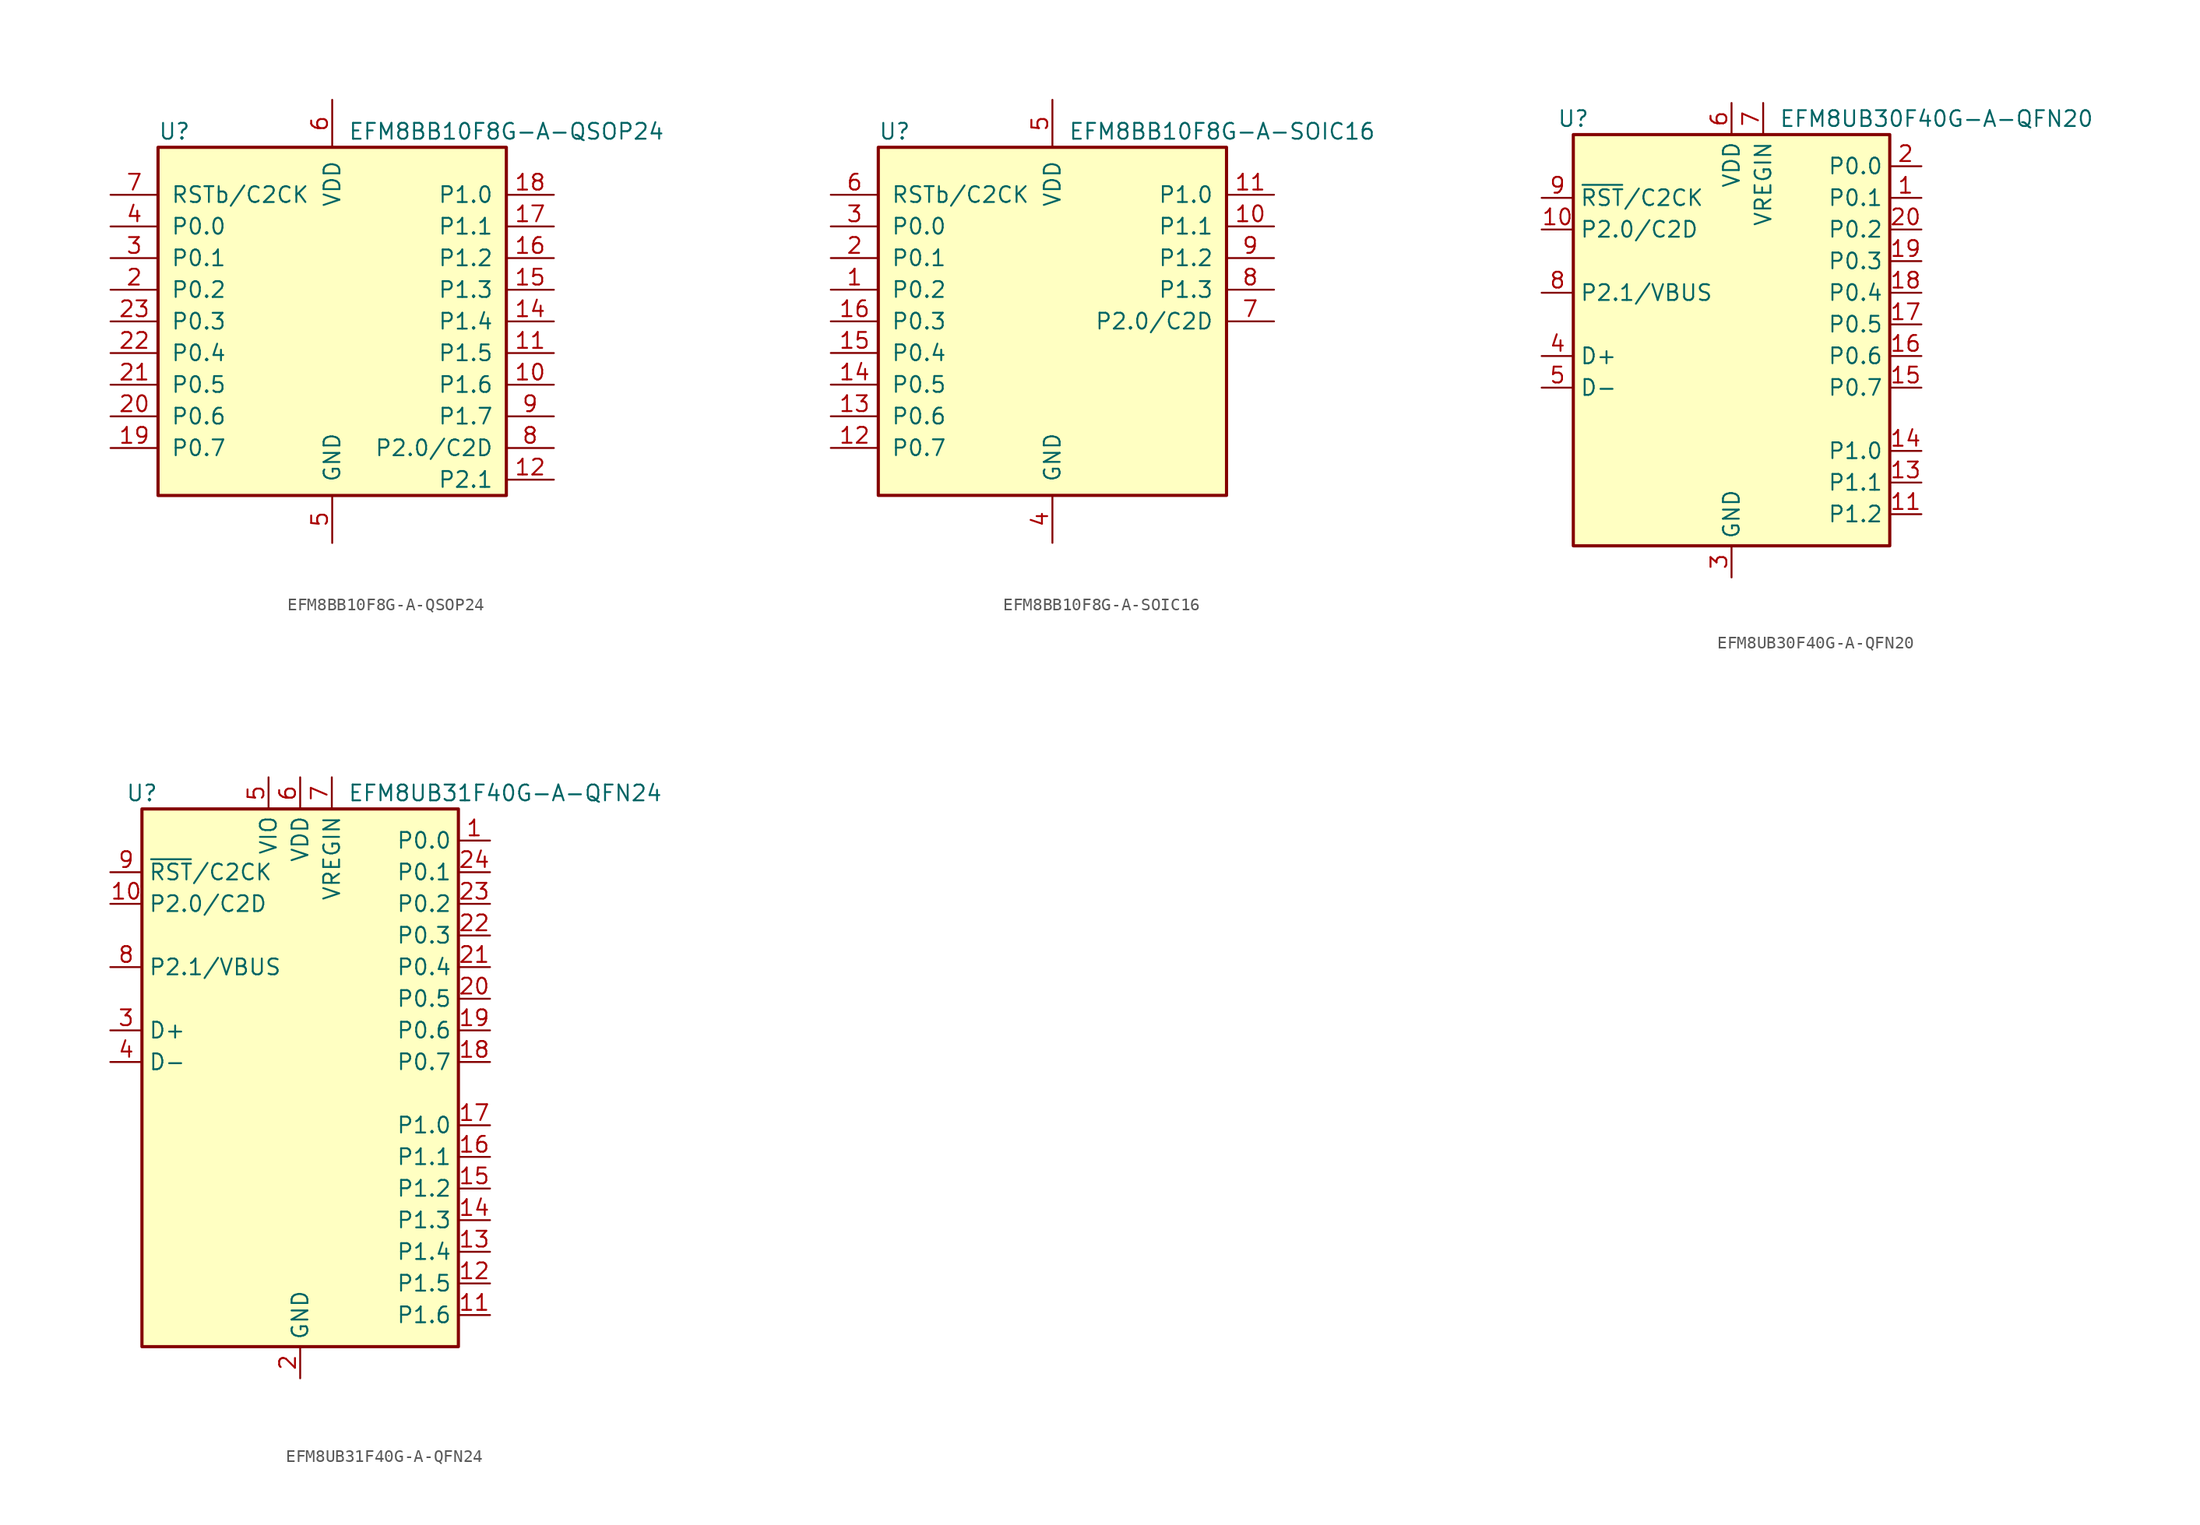
<source format=kicad_sym>
(kicad_symbol_lib
  (version 20211014)
  (generator kicad_symbol_editor)
  (symbol "EFM8BB10F8G-A-QSOP24"
    (pin_names
      (offset 1.016))
    (property "Reference" "U"
      (at -13.97 15.24 0)
      (effects (font (size 1.27 1.27)) (justify left)))
    (property "Value" "EFM8BB10F8G-A-QSOP24"
      (at 1.27 15.24 0)
      (effects (font (size 1.27 1.27)) (justify left)))
    (symbol "EFM8BB10F8G-A-QSOP24_0_1"
      (rectangle (start -13.97 13.97) (end 13.97 -13.97) (stroke (width 0.254) (type default) (color 0 0 0 0)) (fill (type background)))
      (pin no_connect line (at 0 2.54 0) (length 3.81) hide (name "NC" (effects (font (size 1.27 1.27)))) (number "1" (effects (font (size 1.27 1.27)))))
      (pin bidirectional line (at 17.78 -5.08 180) (length 3.81) (name "P1.6" (effects (font (size 1.27 1.27)))) (number "10" (effects (font (size 1.27 1.27)))))
      (pin bidirectional line (at 17.78 -2.54 180) (length 3.81) (name "P1.5" (effects (font (size 1.27 1.27)))) (number "11" (effects (font (size 1.27 1.27)))))
      (pin bidirectional line (at 17.78 -12.7 180) (length 3.81) (name "P2.1" (effects (font (size 1.27 1.27)))) (number "12" (effects (font (size 1.27 1.27)))))
      (pin no_connect line (at 0 0 0) (length 3.81) hide (name "NC" (effects (font (size 1.27 1.27)))) (number "13" (effects (font (size 1.27 1.27)))))
      (pin bidirectional line (at 17.78 0 180) (length 3.81) (name "P1.4" (effects (font (size 1.27 1.27)))) (number "14" (effects (font (size 1.27 1.27)))))
      (pin bidirectional line (at 17.78 2.54 180) (length 3.81) (name "P1.3" (effects (font (size 1.27 1.27)))) (number "15" (effects (font (size 1.27 1.27)))))
      (pin bidirectional line (at 17.78 5.08 180) (length 3.81) (name "P1.2" (effects (font (size 1.27 1.27)))) (number "16" (effects (font (size 1.27 1.27)))))
      (pin bidirectional line (at 17.78 7.62 180) (length 3.81) (name "P1.1" (effects (font (size 1.27 1.27)))) (number "17" (effects (font (size 1.27 1.27)))))
      (pin bidirectional line (at 17.78 10.16 180) (length 3.81) (name "P1.0" (effects (font (size 1.27 1.27)))) (number "18" (effects (font (size 1.27 1.27)))))
      (pin bidirectional line (at -17.78 -10.16 0) (length 3.81) (name "P0.7" (effects (font (size 1.27 1.27)))) (number "19" (effects (font (size 1.27 1.27)))))
      (pin bidirectional line (at -17.78 2.54 0) (length 3.81) (name "P0.2" (effects (font (size 1.27 1.27)))) (number "2" (effects (font (size 1.27 1.27)))))
      (pin bidirectional line (at -17.78 -7.62 0) (length 3.81) (name "P0.6" (effects (font (size 1.27 1.27)))) (number "20" (effects (font (size 1.27 1.27)))))
      (pin bidirectional line (at -17.78 -5.08 0) (length 3.81) (name "P0.5" (effects (font (size 1.27 1.27)))) (number "21" (effects (font (size 1.27 1.27)))))
      (pin bidirectional line (at -17.78 -2.54 0) (length 3.81) (name "P0.4" (effects (font (size 1.27 1.27)))) (number "22" (effects (font (size 1.27 1.27)))))
      (pin bidirectional line (at -17.78 0 0) (length 3.81) (name "P0.3" (effects (font (size 1.27 1.27)))) (number "23" (effects (font (size 1.27 1.27)))))
      (pin no_connect line (at 0 -2.54 0) (length 3.81) hide (name "NC" (effects (font (size 1.27 1.27)))) (number "24" (effects (font (size 1.27 1.27)))))
      (pin bidirectional line (at -17.78 5.08 0) (length 3.81) (name "P0.1" (effects (font (size 1.27 1.27)))) (number "3" (effects (font (size 1.27 1.27)))))
      (pin bidirectional line (at -17.78 7.62 0) (length 3.81) (name "P0.0" (effects (font (size 1.27 1.27)))) (number "4" (effects (font (size 1.27 1.27)))))
      (pin power_in line (at 0 -17.78 90) (length 3.81) (name "GND" (effects (font (size 1.27 1.27)))) (number "5" (effects (font (size 1.27 1.27)))))
      (pin power_in line (at 0 17.78 270) (length 3.81) (name "VDD" (effects (font (size 1.27 1.27)))) (number "6" (effects (font (size 1.27 1.27)))))
      (pin input line (at -17.78 10.16 0) (length 3.81) (name "RSTb/C2CK" (effects (font (size 1.27 1.27)))) (number "7" (effects (font (size 1.27 1.27)))))
      (pin bidirectional line (at 17.78 -10.16 180) (length 3.81) (name "P2.0/C2D" (effects (font (size 1.27 1.27)))) (number "8" (effects (font (size 1.27 1.27)))))
      (pin bidirectional line (at 17.78 -7.62 180) (length 3.81) (name "P1.7" (effects (font (size 1.27 1.27)))) (number "9" (effects (font (size 1.27 1.27)))))))
  (symbol "EFM8BB10F8G-A-SOIC16"
    (pin_names
      (offset 1.016))
    (property "Reference" "U"
      (at -13.97 15.24 0)
      (effects (font (size 1.27 1.27)) (justify left)))
    (property "Value" "EFM8BB10F8G-A-SOIC16"
      (at 1.27 15.24 0)
      (effects (font (size 1.27 1.27)) (justify left)))
    (symbol "EFM8BB10F8G-A-SOIC16_0_1"
      (rectangle (start -13.97 13.97) (end 13.97 -13.97) (stroke (width 0.254) (type default) (color 0 0 0 0)) (fill (type background)))
      (pin bidirectional line (at -17.78 2.54 0) (length 3.81) (name "P0.2" (effects (font (size 1.27 1.27)))) (number "1" (effects (font (size 1.27 1.27)))))
      (pin bidirectional line (at 17.78 7.62 180) (length 3.81) (name "P1.1" (effects (font (size 1.27 1.27)))) (number "10" (effects (font (size 1.27 1.27)))))
      (pin bidirectional line (at 17.78 10.16 180) (length 3.81) (name "P1.0" (effects (font (size 1.27 1.27)))) (number "11" (effects (font (size 1.27 1.27)))))
      (pin bidirectional line (at -17.78 -10.16 0) (length 3.81) (name "P0.7" (effects (font (size 1.27 1.27)))) (number "12" (effects (font (size 1.27 1.27)))))
      (pin bidirectional line (at -17.78 -7.62 0) (length 3.81) (name "P0.6" (effects (font (size 1.27 1.27)))) (number "13" (effects (font (size 1.27 1.27)))))
      (pin bidirectional line (at -17.78 -5.08 0) (length 3.81) (name "P0.5" (effects (font (size 1.27 1.27)))) (number "14" (effects (font (size 1.27 1.27)))))
      (pin bidirectional line (at -17.78 -2.54 0) (length 3.81) (name "P0.4" (effects (font (size 1.27 1.27)))) (number "15" (effects (font (size 1.27 1.27)))))
      (pin bidirectional line (at -17.78 0 0) (length 3.81) (name "P0.3" (effects (font (size 1.27 1.27)))) (number "16" (effects (font (size 1.27 1.27)))))
      (pin bidirectional line (at -17.78 5.08 0) (length 3.81) (name "P0.1" (effects (font (size 1.27 1.27)))) (number "2" (effects (font (size 1.27 1.27)))))
      (pin bidirectional line (at -17.78 7.62 0) (length 3.81) (name "P0.0" (effects (font (size 1.27 1.27)))) (number "3" (effects (font (size 1.27 1.27)))))
      (pin power_in line (at 0 -17.78 90) (length 3.81) (name "GND" (effects (font (size 1.27 1.27)))) (number "4" (effects (font (size 1.27 1.27)))))
      (pin power_in line (at 0 17.78 270) (length 3.81) (name "VDD" (effects (font (size 1.27 1.27)))) (number "5" (effects (font (size 1.27 1.27)))))
      (pin input line (at -17.78 10.16 0) (length 3.81) (name "RSTb/C2CK" (effects (font (size 1.27 1.27)))) (number "6" (effects (font (size 1.27 1.27)))))
      (pin bidirectional line (at 17.78 0 180) (length 3.81) (name "P2.0/C2D" (effects (font (size 1.27 1.27)))) (number "7" (effects (font (size 1.27 1.27)))))
      (pin bidirectional line (at 17.78 2.54 180) (length 3.81) (name "P1.3" (effects (font (size 1.27 1.27)))) (number "8" (effects (font (size 1.27 1.27)))))
      (pin bidirectional line (at 17.78 5.08 180) (length 3.81) (name "P1.2" (effects (font (size 1.27 1.27)))) (number "9" (effects (font (size 1.27 1.27)))))))
  (symbol "EFM8UB30F40G-A-QFN20"
    (property "Reference" "U"
      (at -12.7 19.05 0)
      (effects (font (size 1.27 1.27))))
    (property "Value" "EFM8UB30F40G-A-QFN20"
      (at 3.81 19.05 0)
      (effects (font (size 1.27 1.27)) (justify left)))
    (symbol "EFM8UB30F40G-A-QFN20_0_1"
      (rectangle (start -12.7 17.78) (end 12.7 -15.24) (stroke (width 0.254) (type default) (color 0 0 0 0)) (fill (type background))))
    (symbol "EFM8UB30F40G-A-QFN20_1_1"
      (pin bidirectional line (at 15.24 12.7 180) (length 2.54) (name "P0.1" (effects (font (size 1.27 1.27)))) (number "1" (effects (font (size 1.27 1.27)))))
      (pin bidirectional line (at -15.24 10.16 0) (length 2.54) (name "P2.0/C2D" (effects (font (size 1.27 1.27)))) (number "10" (effects (font (size 1.27 1.27)))))
      (pin bidirectional line (at 15.24 -12.7 180) (length 2.54) (name "P1.2" (effects (font (size 1.27 1.27)))) (number "11" (effects (font (size 1.27 1.27)))))
      (pin passive line (at 0 -17.78 90) (length 2.54) hide (name "GND" (effects (font (size 1.27 1.27)))) (number "12" (effects (font (size 1.27 1.27)))))
      (pin bidirectional line (at 15.24 -10.16 180) (length 2.54) (name "P1.1" (effects (font (size 1.27 1.27)))) (number "13" (effects (font (size 1.27 1.27)))))
      (pin bidirectional line (at 15.24 -7.62 180) (length 2.54) (name "P1.0" (effects (font (size 1.27 1.27)))) (number "14" (effects (font (size 1.27 1.27)))))
      (pin bidirectional line (at 15.24 -2.54 180) (length 2.54) (name "P0.7" (effects (font (size 1.27 1.27)))) (number "15" (effects (font (size 1.27 1.27)))))
      (pin bidirectional line (at 15.24 0 180) (length 2.54) (name "P0.6" (effects (font (size 1.27 1.27)))) (number "16" (effects (font (size 1.27 1.27)))))
      (pin bidirectional line (at 15.24 2.54 180) (length 2.54) (name "P0.5" (effects (font (size 1.27 1.27)))) (number "17" (effects (font (size 1.27 1.27)))))
      (pin bidirectional line (at 15.24 5.08 180) (length 2.54) (name "P0.4" (effects (font (size 1.27 1.27)))) (number "18" (effects (font (size 1.27 1.27)))))
      (pin bidirectional line (at 15.24 7.62 180) (length 2.54) (name "P0.3" (effects (font (size 1.27 1.27)))) (number "19" (effects (font (size 1.27 1.27)))))
      (pin bidirectional line (at 15.24 15.24 180) (length 2.54) (name "P0.0" (effects (font (size 1.27 1.27)))) (number "2" (effects (font (size 1.27 1.27)))))
      (pin bidirectional line (at 15.24 10.16 180) (length 2.54) (name "P0.2" (effects (font (size 1.27 1.27)))) (number "20" (effects (font (size 1.27 1.27)))))
      (pin passive line (at 0 -17.78 90) (length 2.54) hide (name "GND" (effects (font (size 1.27 1.27)))) (number "21" (effects (font (size 1.27 1.27)))))
      (pin power_in line (at 0 -17.78 90) (length 2.54) (name "GND" (effects (font (size 1.27 1.27)))) (number "3" (effects (font (size 1.27 1.27)))))
      (pin bidirectional line (at -15.24 0 0) (length 2.54) (name "D+" (effects (font (size 1.27 1.27)))) (number "4" (effects (font (size 1.27 1.27)))))
      (pin bidirectional line (at -15.24 -2.54 0) (length 2.54) (name "D-" (effects (font (size 1.27 1.27)))) (number "5" (effects (font (size 1.27 1.27)))))
      (pin power_in line (at 0 20.32 270) (length 2.54) (name "VDD" (effects (font (size 1.27 1.27)))) (number "6" (effects (font (size 1.27 1.27)))))
      (pin power_in line (at 2.54 20.32 270) (length 2.54) (name "VREGIN" (effects (font (size 1.27 1.27)))) (number "7" (effects (font (size 1.27 1.27)))))
      (pin bidirectional line (at -15.24 5.08 0) (length 2.54) (name "P2.1/VBUS" (effects (font (size 1.27 1.27)))) (number "8" (effects (font (size 1.27 1.27)))))
      (pin bidirectional line (at -15.24 12.7 0) (length 2.54) (name "~{RST}/C2CK" (effects (font (size 1.27 1.27)))) (number "9" (effects (font (size 1.27 1.27)))))))
  (symbol "EFM8UB31F40G-A-QFN24"
    (property "Reference" "U"
      (at -12.7 24.13 0)
      (effects (font (size 1.27 1.27))))
    (property "Value" "EFM8UB31F40G-A-QFN24"
      (at 3.81 24.13 0)
      (effects (font (size 1.27 1.27)) (justify left)))
    (symbol "EFM8UB31F40G-A-QFN24_0_1"
      (rectangle (start -12.7 22.86) (end 12.7 -20.32) (stroke (width 0.254) (type default) (color 0 0 0 0)) (fill (type background))))
    (symbol "EFM8UB31F40G-A-QFN24_1_1"
      (pin bidirectional line (at 15.24 20.32 180) (length 2.54) (name "P0.0" (effects (font (size 1.27 1.27)))) (number "1" (effects (font (size 1.27 1.27)))))
      (pin bidirectional line (at -15.24 15.24 0) (length 2.54) (name "P2.0/C2D" (effects (font (size 1.27 1.27)))) (number "10" (effects (font (size 1.27 1.27)))))
      (pin bidirectional line (at 15.24 -17.78 180) (length 2.54) (name "P1.6" (effects (font (size 1.27 1.27)))) (number "11" (effects (font (size 1.27 1.27)))))
      (pin bidirectional line (at 15.24 -15.24 180) (length 2.54) (name "P1.5" (effects (font (size 1.27 1.27)))) (number "12" (effects (font (size 1.27 1.27)))))
      (pin bidirectional line (at 15.24 -12.7 180) (length 2.54) (name "P1.4" (effects (font (size 1.27 1.27)))) (number "13" (effects (font (size 1.27 1.27)))))
      (pin bidirectional line (at 15.24 -10.16 180) (length 2.54) (name "P1.3" (effects (font (size 1.27 1.27)))) (number "14" (effects (font (size 1.27 1.27)))))
      (pin bidirectional line (at 15.24 -7.62 180) (length 2.54) (name "P1.2" (effects (font (size 1.27 1.27)))) (number "15" (effects (font (size 1.27 1.27)))))
      (pin bidirectional line (at 15.24 -5.08 180) (length 2.54) (name "P1.1" (effects (font (size 1.27 1.27)))) (number "16" (effects (font (size 1.27 1.27)))))
      (pin bidirectional line (at 15.24 -2.54 180) (length 2.54) (name "P1.0" (effects (font (size 1.27 1.27)))) (number "17" (effects (font (size 1.27 1.27)))))
      (pin bidirectional line (at 15.24 2.54 180) (length 2.54) (name "P0.7" (effects (font (size 1.27 1.27)))) (number "18" (effects (font (size 1.27 1.27)))))
      (pin bidirectional line (at 15.24 5.08 180) (length 2.54) (name "P0.6" (effects (font (size 1.27 1.27)))) (number "19" (effects (font (size 1.27 1.27)))))
      (pin power_in line (at 0 -22.86 90) (length 2.54) (name "GND" (effects (font (size 1.27 1.27)))) (number "2" (effects (font (size 1.27 1.27)))))
      (pin bidirectional line (at 15.24 7.62 180) (length 2.54) (name "P0.5" (effects (font (size 1.27 1.27)))) (number "20" (effects (font (size 1.27 1.27)))))
      (pin bidirectional line (at 15.24 10.16 180) (length 2.54) (name "P0.4" (effects (font (size 1.27 1.27)))) (number "21" (effects (font (size 1.27 1.27)))))
      (pin bidirectional line (at 15.24 12.7 180) (length 2.54) (name "P0.3" (effects (font (size 1.27 1.27)))) (number "22" (effects (font (size 1.27 1.27)))))
      (pin bidirectional line (at 15.24 15.24 180) (length 2.54) (name "P0.2" (effects (font (size 1.27 1.27)))) (number "23" (effects (font (size 1.27 1.27)))))
      (pin bidirectional line (at 15.24 17.78 180) (length 2.54) (name "P0.1" (effects (font (size 1.27 1.27)))) (number "24" (effects (font (size 1.27 1.27)))))
      (pin passive line (at 0 -22.86 90) (length 2.54) hide (name "GND" (effects (font (size 1.27 1.27)))) (number "25" (effects (font (size 1.27 1.27)))))
      (pin bidirectional line (at -15.24 5.08 0) (length 2.54) (name "D+" (effects (font (size 1.27 1.27)))) (number "3" (effects (font (size 1.27 1.27)))))
      (pin bidirectional line (at -15.24 2.54 0) (length 2.54) (name "D-" (effects (font (size 1.27 1.27)))) (number "4" (effects (font (size 1.27 1.27)))))
      (pin power_in line (at -2.54 25.4 270) (length 2.54) (name "VIO" (effects (font (size 1.27 1.27)))) (number "5" (effects (font (size 1.27 1.27)))))
      (pin power_in line (at 0 25.4 270) (length 2.54) (name "VDD" (effects (font (size 1.27 1.27)))) (number "6" (effects (font (size 1.27 1.27)))))
      (pin power_in line (at 2.54 25.4 270) (length 2.54) (name "VREGIN" (effects (font (size 1.27 1.27)))) (number "7" (effects (font (size 1.27 1.27)))))
      (pin bidirectional line (at -15.24 10.16 0) (length 2.54) (name "P2.1/VBUS" (effects (font (size 1.27 1.27)))) (number "8" (effects (font (size 1.27 1.27)))))
      (pin bidirectional line (at -15.24 17.78 0) (length 2.54) (name "~{RST}/C2CK" (effects (font (size 1.27 1.27)))) (number "9" (effects (font (size 1.27 1.27))))))))
</source>
